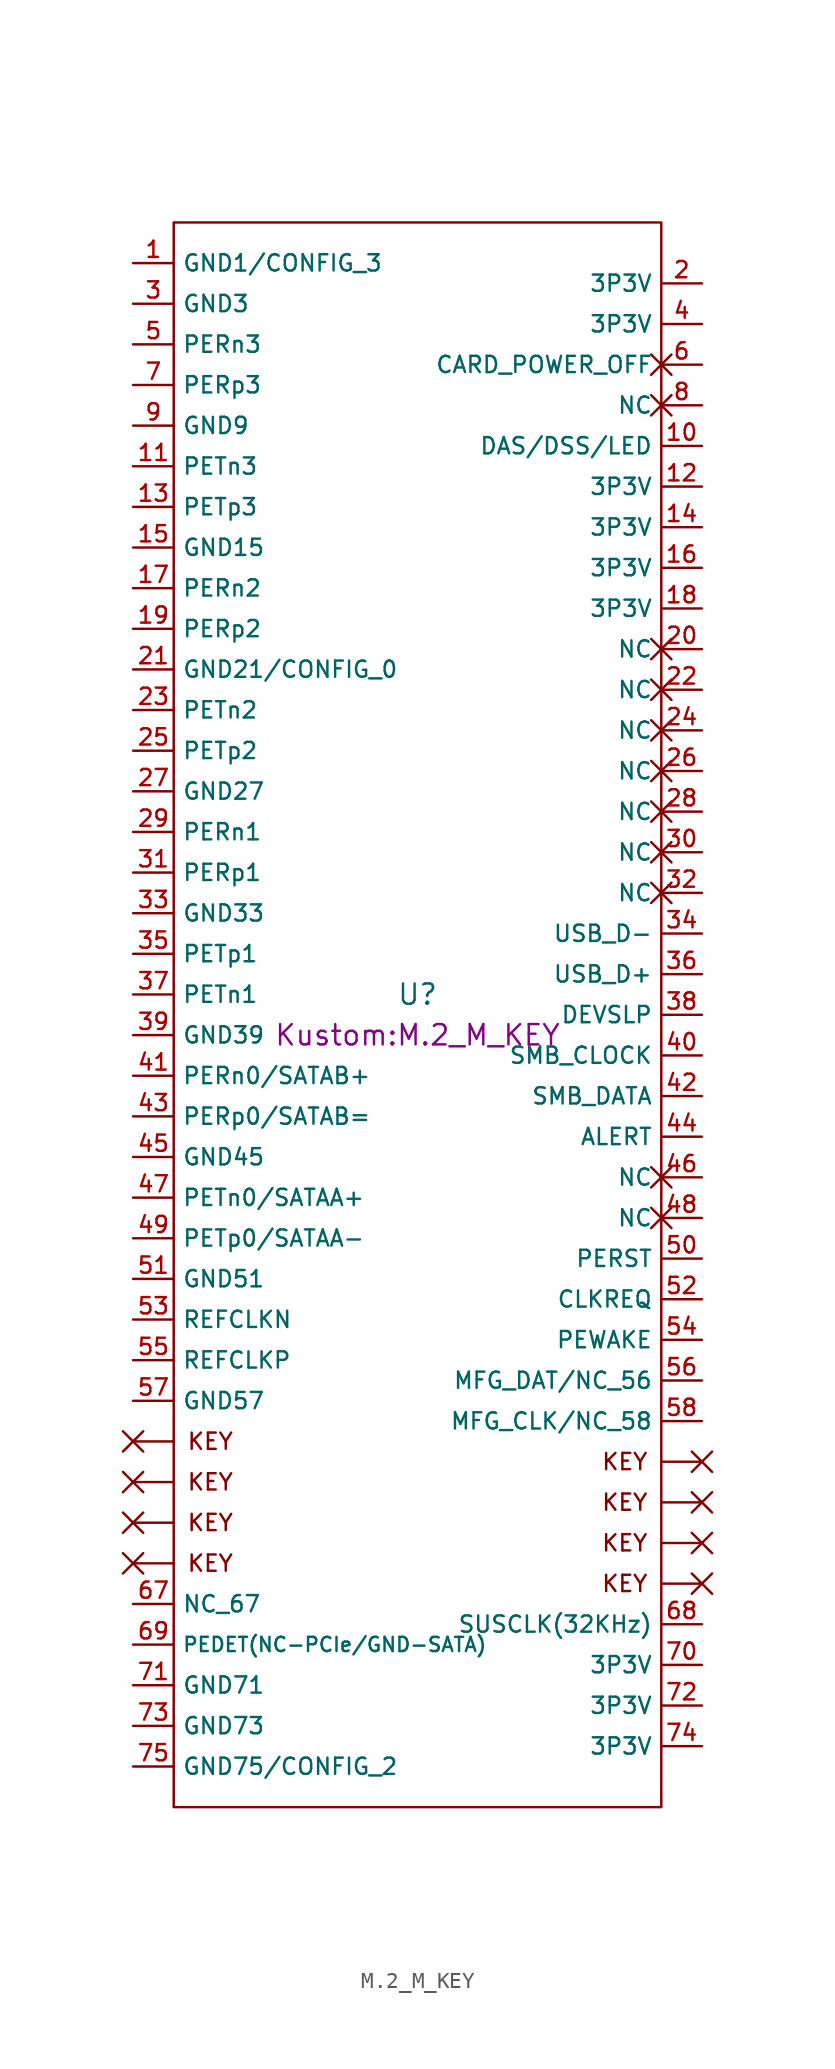
<source format=kicad_sym>
(kicad_symbol_lib
  (version 20241209)
  (generator "kicad_symbol_editor")
  (generator_version "9.0")
  (symbol "M.2_M_KEY"
    (property "Reference" "U"
      (at 0 1.27 0)
      (effects (font (size 1.27 1.27))))
    (property "Value" ""
      (at 0 20.32 0)
      (effects (font (size 1.27 1.27))))
    (property "Footprint" "Kustom:M.2_M_KEY"
      (at 0 -1.27 0)
      (effects (font (size 1.27 1.27))))
    (symbol "M.2_M_KEY_0_1"
      (polyline (pts (xy -18.415 -26.035) (xy -17.145 -27.305)) (stroke (width 0) (type default)) (fill (type none)))
      (polyline (pts (xy -18.415 -28.575) (xy -17.145 -29.845)) (stroke (width 0) (type default)) (fill (type none)))
      (polyline (pts (xy -18.415 -31.115) (xy -17.145 -32.385)) (stroke (width 0) (type default)) (fill (type none)))
      (polyline (pts (xy -18.415 -33.655) (xy -17.145 -34.925)) (stroke (width 0) (type default)) (fill (type none)))
      (polyline (pts (xy -17.78 -26.67) (xy -15.24 -26.67)) (stroke (width 0) (type default)) (fill (type none)))
      (polyline (pts (xy -17.78 -29.21) (xy -15.24 -29.21)) (stroke (width 0) (type default)) (fill (type none)))
      (polyline (pts (xy -17.78 -31.75) (xy -15.24 -31.75)) (stroke (width 0) (type default)) (fill (type none)))
      (polyline (pts (xy -17.78 -34.29) (xy -15.24 -34.29)) (stroke (width 0) (type default)) (fill (type none)))
      (polyline (pts (xy -17.145 -26.035) (xy -18.415 -27.305)) (stroke (width 0) (type default)) (fill (type none)))
      (polyline (pts (xy -17.145 -28.575) (xy -18.415 -29.845)) (stroke (width 0) (type default)) (fill (type none)))
      (polyline (pts (xy -17.145 -31.115) (xy -18.415 -32.385)) (stroke (width 0) (type default)) (fill (type none)))
      (polyline (pts (xy -17.145 -33.655) (xy -18.415 -34.925)) (stroke (width 0) (type default)) (fill (type none)))
      (rectangle (start -15.24 49.53) (end 15.24 -49.53) (stroke (width 0) (type default)) (fill (type none)))
      (polyline (pts (xy 15.24 -27.94) (xy 17.78 -27.94)) (stroke (width 0) (type default)) (fill (type none)))
      (polyline (pts (xy 17.145 -27.305) (xy 18.415 -28.575)) (stroke (width 0) (type default)) (fill (type none)))
      (polyline (pts (xy 17.145 -29.845) (xy 18.415 -31.115)) (stroke (width 0) (type default)) (fill (type none)))
      (polyline (pts (xy 17.145 -32.385) (xy 18.415 -33.655)) (stroke (width 0) (type default)) (fill (type none)))
      (polyline (pts (xy 17.145 -34.925) (xy 18.415 -36.195)) (stroke (width 0) (type default)) (fill (type none)))
      (polyline (pts (xy 17.78 -30.48) (xy 15.24 -30.48)) (stroke (width 0) (type default)) (fill (type none)))
      (polyline (pts (xy 17.78 -33.02) (xy 15.24 -33.02)) (stroke (width 0) (type default)) (fill (type none)))
      (polyline (pts (xy 17.78 -35.56) (xy 15.24 -35.56)) (stroke (width 0) (type default)) (fill (type none)))
      (polyline (pts (xy 18.415 -27.305) (xy 17.145 -28.575)) (stroke (width 0) (type default)) (fill (type none)))
      (polyline (pts (xy 18.415 -29.845) (xy 17.145 -31.115)) (stroke (width 0) (type default)) (fill (type none)))
      (polyline (pts (xy 18.415 -32.385) (xy 17.145 -33.655)) (stroke (width 0) (type default)) (fill (type none)))
      (polyline (pts (xy 18.415 -34.925) (xy 17.145 -36.195)) (stroke (width 0) (type default)) (fill (type none))))
    (symbol "M.2_M_KEY_1_1"
      (text "KEY" (at -12.954 -26.67 0) (effects (font (size 1.016 1.016))))
      (text "KEY" (at -12.954 -29.21 0) (effects (font (size 1.016 1.016))))
      (text "KEY" (at -12.954 -31.75 0) (effects (font (size 1.016 1.016))))
      (text "KEY" (at -12.954 -34.29 0) (effects (font (size 1.016 1.016))))
      (text "KEY" (at 12.954 -27.94 0) (effects (font (size 1.016 1.016))))
      (text "KEY" (at 12.954 -30.48 0) (effects (font (size 1.016 1.016))))
      (text "KEY" (at 12.954 -33.02 0) (effects (font (size 1.016 1.016))))
      (text "KEY" (at 12.954 -35.56 0) (effects (font (size 1.016 1.016))))
      (pin passive line (at -17.78 46.99 0) (length 2.54) (name "GND1/CONFIG_3" (effects (font (size 1.016 1.016)))) (number "1" (effects (font (size 1.016 1.016)))))
      (pin passive line (at -17.78 44.45 0) (length 2.54) (name "GND3" (effects (font (size 1.016 1.016)))) (number "3" (effects (font (size 1.016 1.016)))))
      (pin passive line (at -17.78 41.91 0) (length 2.54) (name "PERn3" (effects (font (size 1.016 1.016)))) (number "5" (effects (font (size 1.016 1.016)))))
      (pin passive line (at -17.78 39.37 0) (length 2.54) (name "PERp3" (effects (font (size 1.016 1.016)))) (number "7" (effects (font (size 1.016 1.016)))))
      (pin passive line (at -17.78 36.83 0) (length 2.54) (name "GND9" (effects (font (size 1.016 1.016)))) (number "9" (effects (font (size 1.016 1.016)))))
      (pin passive line (at -17.78 34.29 0) (length 2.54) (name "PETn3" (effects (font (size 1.016 1.016)))) (number "11" (effects (font (size 1.016 1.016)))))
      (pin passive line (at -17.78 31.75 0) (length 2.54) (name "PETp3" (effects (font (size 1.016 1.016)))) (number "13" (effects (font (size 1.016 1.016)))))
      (pin passive line (at -17.78 29.21 0) (length 2.54) (name "GND15" (effects (font (size 1.016 1.016)))) (number "15" (effects (font (size 1.016 1.016)))))
      (pin passive line (at -17.78 26.67 0) (length 2.54) (name "PERn2" (effects (font (size 1.016 1.016)))) (number "17" (effects (font (size 1.016 1.016)))))
      (pin passive line (at -17.78 24.13 0) (length 2.54) (name "PERp2" (effects (font (size 1.016 1.016)))) (number "19" (effects (font (size 1.016 1.016)))))
      (pin passive line (at -17.78 21.59 0) (length 2.54) (name "GND21/CONFIG_0" (effects (font (size 1.016 1.016)))) (number "21" (effects (font (size 1.016 1.016)))))
      (pin passive line (at -17.78 19.05 0) (length 2.54) (name "PETn2" (effects (font (size 1.016 1.016)))) (number "23" (effects (font (size 1.016 1.016)))))
      (pin passive line (at -17.78 16.51 0) (length 2.54) (name "PETp2" (effects (font (size 1.016 1.016)))) (number "25" (effects (font (size 1.016 1.016)))))
      (pin passive line (at -17.78 13.97 0) (length 2.54) (name "GND27" (effects (font (size 1.016 1.016)))) (number "27" (effects (font (size 1.016 1.016)))))
      (pin passive line (at -17.78 11.43 0) (length 2.54) (name "PERn1" (effects (font (size 1.016 1.016)))) (number "29" (effects (font (size 1.016 1.016)))))
      (pin passive line (at -17.78 8.89 0) (length 2.54) (name "PERp1" (effects (font (size 1.016 1.016)))) (number "31" (effects (font (size 1.016 1.016)))))
      (pin passive line (at -17.78 6.35 0) (length 2.54) (name "GND33" (effects (font (size 1.016 1.016)))) (number "33" (effects (font (size 1.016 1.016)))))
      (pin passive line (at -17.78 3.81 0) (length 2.54) (name "PETp1" (effects (font (size 1.016 1.016)))) (number "35" (effects (font (size 1.016 1.016)))))
      (pin passive line (at -17.78 1.27 0) (length 2.54) (name "PETn1" (effects (font (size 1.016 1.016)))) (number "37" (effects (font (size 1.016 1.016)))))
      (pin passive line (at -17.78 -1.27 0) (length 2.54) (name "GND39" (effects (font (size 1.016 1.016)))) (number "39" (effects (font (size 1.016 1.016)))))
      (pin passive line (at -17.78 -3.81 0) (length 2.54) (name "PERn0/SATAB+" (effects (font (size 1.016 1.016)))) (number "41" (effects (font (size 1.016 1.016)))))
      (pin passive line (at -17.78 -6.35 0) (length 2.54) (name "PERp0/SATAB=" (effects (font (size 1.016 1.016)))) (number "43" (effects (font (size 1.016 1.016)))))
      (pin passive line (at -17.78 -8.89 0) (length 2.54) (name "GND45" (effects (font (size 1.016 1.016)))) (number "45" (effects (font (size 1.016 1.016)))))
      (pin passive line (at -17.78 -11.43 0) (length 2.54) (name "PETn0/SATAA+" (effects (font (size 1.016 1.016)))) (number "47" (effects (font (size 1.016 1.016)))))
      (pin passive line (at -17.78 -13.97 0) (length 2.54) (name "PETp0/SATAA-" (effects (font (size 1.016 1.016)))) (number "49" (effects (font (size 1.016 1.016)))))
      (pin passive line (at -17.78 -16.51 0) (length 2.54) (name "GND51" (effects (font (size 1.016 1.016)))) (number "51" (effects (font (size 1.016 1.016)))))
      (pin passive line (at -17.78 -19.05 0) (length 2.54) (name "REFCLKN" (effects (font (size 1.016 1.016)))) (number "53" (effects (font (size 1.016 1.016)))))
      (pin passive line (at -17.78 -21.59 0) (length 2.54) (name "REFCLKP" (effects (font (size 1.016 1.016)))) (number "55" (effects (font (size 1.016 1.016)))))
      (pin passive line (at -17.78 -24.13 0) (length 2.54) (name "GND57" (effects (font (size 1.016 1.016)))) (number "57" (effects (font (size 1.016 1.016)))))
      (pin free line (at -17.78 -36.83 0) (length 2.54) (name "NC_67" (effects (font (size 1.016 1.016)))) (number "67" (effects (font (size 1.016 1.016)))))
      (pin passive line (at -17.78 -39.37 0) (length 2.54) (name "PEDET(NC-PCIe/GND-SATA)" (effects (font (size 0.889 0.889)))) (number "69" (effects (font (size 1.016 1.016)))))
      (pin passive line (at -17.78 -41.91 0) (length 2.54) (name "GND71" (effects (font (size 1.016 1.016)))) (number "71" (effects (font (size 1.016 1.016)))))
      (pin passive line (at -17.78 -44.45 0) (length 2.54) (name "GND73" (effects (font (size 1.016 1.016)))) (number "73" (effects (font (size 1.016 1.016)))))
      (pin passive line (at -17.78 -46.99 0) (length 2.54) (name "GND75/CONFIG_2" (effects (font (size 1.016 1.016)))) (number "75" (effects (font (size 1.016 1.016)))))
      (pin passive line (at 17.78 45.72 180) (length 2.54) (name "3P3V" (effects (font (size 1.016 1.016)))) (number "2" (effects (font (size 1.016 1.016)))))
      (pin passive line (at 17.78 43.18 180) (length 2.54) (name "3P3V" (effects (font (size 1.016 1.016)))) (number "4" (effects (font (size 1.016 1.016)))))
      (pin passive non_logic (at 17.78 40.64 180) (length 2.54) (name "CARD_POWER_OFF" (effects (font (size 1.016 1.016)))) (number "6" (effects (font (size 1.016 1.016)))))
      (pin free non_logic (at 17.78 38.1 180) (length 2.54) (name "NC" (effects (font (size 1.016 1.016)))) (number "8" (effects (font (size 1.016 1.016)))))
      (pin passive line (at 17.78 35.56 180) (length 2.54) (name "DAS/DSS/LED" (effects (font (size 1.016 1.016)))) (number "10" (effects (font (size 1.016 1.016)))))
      (pin passive line (at 17.78 33.02 180) (length 2.54) (name "3P3V" (effects (font (size 1.016 1.016)))) (number "12" (effects (font (size 1.016 1.016)))))
      (pin passive line (at 17.78 30.48 180) (length 2.54) (name "3P3V" (effects (font (size 1.016 1.016)))) (number "14" (effects (font (size 1.016 1.016)))))
      (pin passive line (at 17.78 27.94 180) (length 2.54) (name "3P3V" (effects (font (size 1.016 1.016)))) (number "16" (effects (font (size 1.016 1.016)))))
      (pin passive line (at 17.78 25.4 180) (length 2.54) (name "3P3V" (effects (font (size 1.016 1.016)))) (number "18" (effects (font (size 1.016 1.016)))))
      (pin free non_logic (at 17.78 22.86 180) (length 2.54) (name "NC" (effects (font (size 1.016 1.016)))) (number "20" (effects (font (size 1.016 1.016)))))
      (pin free non_logic (at 17.78 20.32 180) (length 2.54) (name "NC" (effects (font (size 1.016 1.016)))) (number "22" (effects (font (size 1.016 1.016)))))
      (pin free non_logic (at 17.78 17.78 180) (length 2.54) (name "NC" (effects (font (size 1.016 1.016)))) (number "24" (effects (font (size 1.016 1.016)))))
      (pin free non_logic (at 17.78 15.24 180) (length 2.54) (name "NC" (effects (font (size 1.016 1.016)))) (number "26" (effects (font (size 1.016 1.016)))))
      (pin free non_logic (at 17.78 12.7 180) (length 2.54) (name "NC" (effects (font (size 1.016 1.016)))) (number "28" (effects (font (size 1.016 1.016)))))
      (pin free non_logic (at 17.78 10.16 180) (length 2.54) (name "NC" (effects (font (size 1.016 1.016)))) (number "30" (effects (font (size 1.016 1.016)))))
      (pin free non_logic (at 17.78 7.62 180) (length 2.54) (name "NC" (effects (font (size 1.016 1.016)))) (number "32" (effects (font (size 1.016 1.016)))))
      (pin free line (at 17.78 5.08 180) (length 2.54) (name "USB_D-" (effects (font (size 1.016 1.016)))) (number "34" (effects (font (size 1.016 1.016)))))
      (pin free line (at 17.78 2.54 180) (length 2.54) (name "USB_D+" (effects (font (size 1.016 1.016)))) (number "36" (effects (font (size 1.016 1.016)))))
      (pin passive line (at 17.78 0 180) (length 2.54) (name "DEVSLP" (effects (font (size 1.016 1.016)))) (number "38" (effects (font (size 1.016 1.016)))))
      (pin free line (at 17.78 -2.54 180) (length 2.54) (name "SMB_CLOCK" (effects (font (size 1.016 1.016)))) (number "40" (effects (font (size 1.016 1.016)))))
      (pin free line (at 17.78 -5.08 180) (length 2.54) (name "SMB_DATA" (effects (font (size 1.016 1.016)))) (number "42" (effects (font (size 1.016 1.016)))))
      (pin free line (at 17.78 -7.62 180) (length 2.54) (name "ALERT" (effects (font (size 1.016 1.016)))) (number "44" (effects (font (size 1.016 1.016)))))
      (pin free non_logic (at 17.78 -10.16 180) (length 2.54) (name "NC" (effects (font (size 1.016 1.016)))) (number "46" (effects (font (size 1.016 1.016)))))
      (pin free non_logic (at 17.78 -12.7 180) (length 2.54) (name "NC" (effects (font (size 1.016 1.016)))) (number "48" (effects (font (size 1.016 1.016)))))
      (pin passive line (at 17.78 -15.24 180) (length 2.54) (name "PERST" (effects (font (size 1.016 1.016)))) (number "50" (effects (font (size 1.016 1.016)))))
      (pin passive line (at 17.78 -17.78 180) (length 2.54) (name "CLKREQ" (effects (font (size 1.016 1.016)))) (number "52" (effects (font (size 1.016 1.016)))))
      (pin passive line (at 17.78 -20.32 180) (length 2.54) (name "PEWAKE" (effects (font (size 1.016 1.016)))) (number "54" (effects (font (size 1.016 1.016)))))
      (pin free line (at 17.78 -22.86 180) (length 2.54) (name "MFG_DAT/NC_56" (effects (font (size 1.016 1.016)))) (number "56" (effects (font (size 1.016 1.016)))))
      (pin free line (at 17.78 -25.4 180) (length 2.54) (name "MFG_CLK/NC_58" (effects (font (size 1.016 1.016)))) (number "58" (effects (font (size 1.016 1.016)))))
      (pin passive line (at 17.78 -38.1 180) (length 2.54) (name "SUSCLK(32KHz)" (effects (font (size 1.016 1.016)))) (number "68" (effects (font (size 1.016 1.016)))))
      (pin passive line (at 17.78 -40.64 180) (length 2.54) (name "3P3V" (effects (font (size 1.016 1.016)))) (number "70" (effects (font (size 1.016 1.016)))))
      (pin passive line (at 17.78 -43.18 180) (length 2.54) (name "3P3V" (effects (font (size 1.016 1.016)))) (number "72" (effects (font (size 1.016 1.016)))))
      (pin passive line (at 17.78 -45.72 180) (length 2.54) (name "3P3V" (effects (font (size 1.016 1.016)))) (number "74" (effects (font (size 1.016 1.016))))))))
</source>
